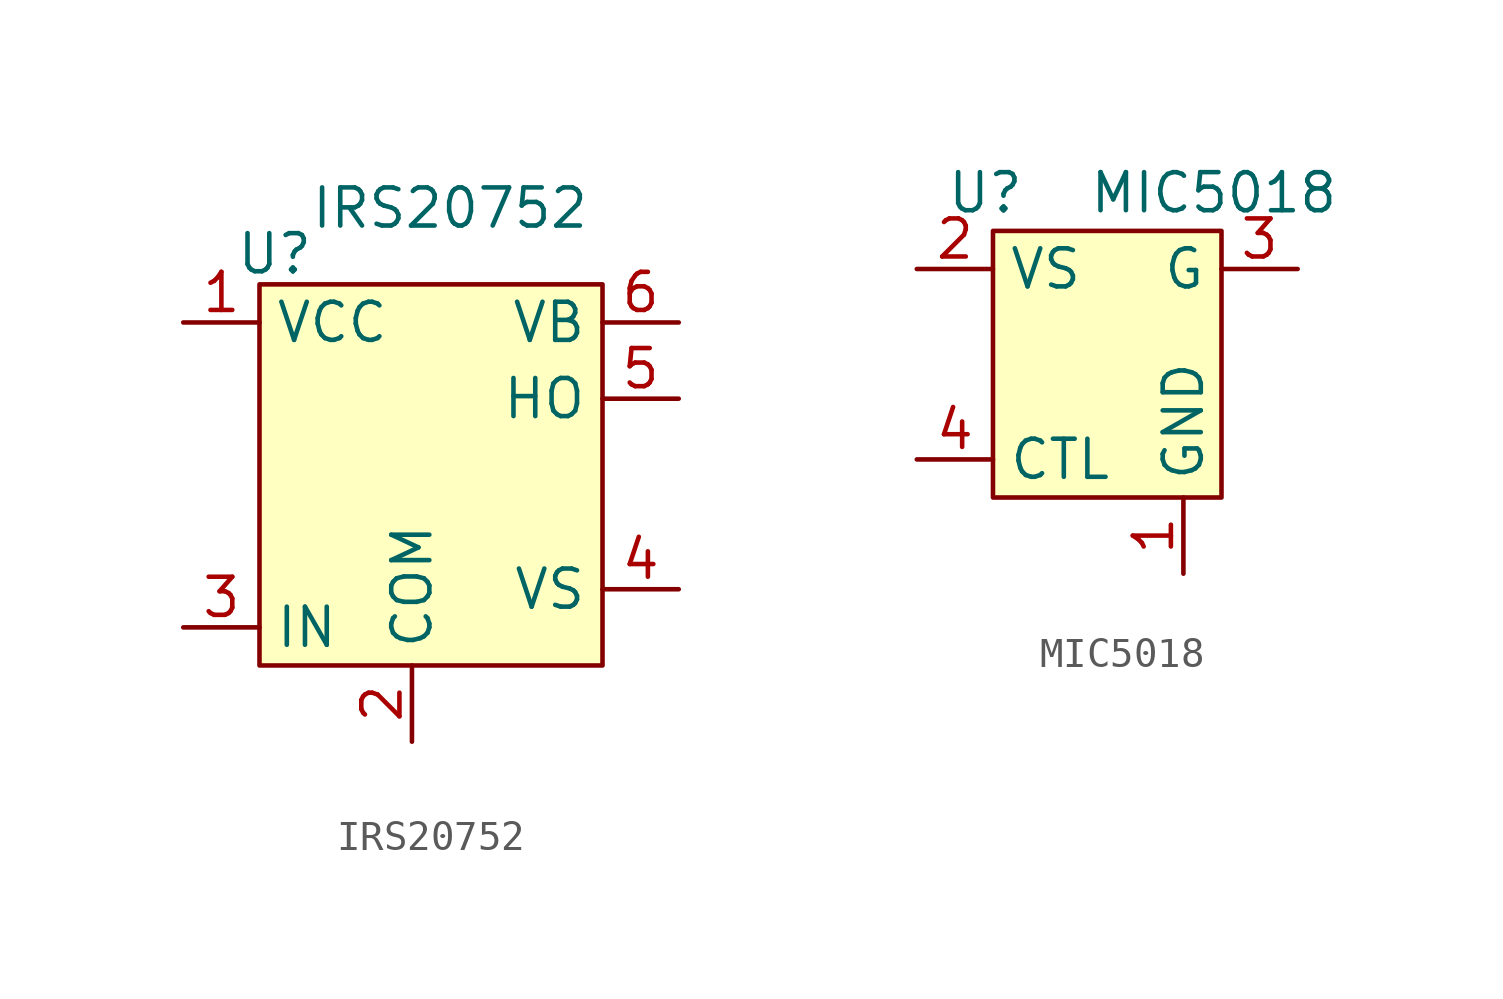
<source format=kicad_sym>
(kicad_symbol_lib
  (version 20241209)
  (generator "kicad_symbol_editor")
  (generator_version "9.0")
  (symbol "IRS20752"
    (property "Reference" "U"
      (at -5.842 -1.524 0)
      (effects (font (size 1.27 1.27))))
    (property "Value" "IRS20752"
      (at 0 0 0)
      (effects (font (size 1.27 1.27))))
    (symbol "IRS20752_1_1"
      (rectangle (start -6.35 -2.54) (end 5.08 -15.24) (stroke (width 0) (type solid)) (fill (type background)))
      (pin input line (at -8.89 -3.81 0) (length 2.54) (name "VCC" (effects (font (size 1.27 1.27)))) (number "1" (effects (font (size 1.27 1.27)))))
      (pin input line (at -8.89 -13.97 0) (length 2.54) (name "IN" (effects (font (size 1.27 1.27)))) (number "3" (effects (font (size 1.27 1.27)))))
      (pin input line (at -1.27 -17.78 90) (length 2.54) (name "COM" (effects (font (size 1.27 1.27)))) (number "2" (effects (font (size 1.27 1.27)))))
      (pin input line (at 7.62 -3.81 180) (length 2.54) (name "VB" (effects (font (size 1.27 1.27)))) (number "6" (effects (font (size 1.27 1.27)))))
      (pin input line (at 7.62 -6.35 180) (length 2.54) (name "HO" (effects (font (size 1.27 1.27)))) (number "5" (effects (font (size 1.27 1.27)))))
      (pin input line (at 7.62 -12.7 180) (length 2.54) (name "VS" (effects (font (size 1.27 1.27)))) (number "4" (effects (font (size 1.27 1.27)))))))
  (symbol "MIC5018"
    (property "Reference" "U"
      (at -7.874 0 0)
      (effects (font (size 1.27 1.27))))
    (property "Value" "MIC5018"
      (at -0.254 0 0)
      (effects (font (size 1.27 1.27))))
    (symbol "MIC5018_1_1"
      (rectangle (start -7.62 -1.27) (end 0 -10.16) (stroke (width 0) (type solid)) (fill (type background)))
      (pin input line (at -10.16 -2.54 0) (length 2.54) (name "VS" (effects (font (size 1.27 1.27)))) (number "2" (effects (font (size 1.27 1.27)))))
      (pin input line (at -10.16 -8.89 0) (length 2.54) (name "CTL" (effects (font (size 1.27 1.27)))) (number "4" (effects (font (size 1.27 1.27)))))
      (pin input line (at -1.27 -12.7 90) (length 2.54) (name "GND" (effects (font (size 1.27 1.27)))) (number "1" (effects (font (size 1.27 1.27)))))
      (pin input line (at 2.54 -2.54 180) (length 2.54) (name "G" (effects (font (size 1.27 1.27)))) (number "3" (effects (font (size 1.27 1.27))))))))
</source>
